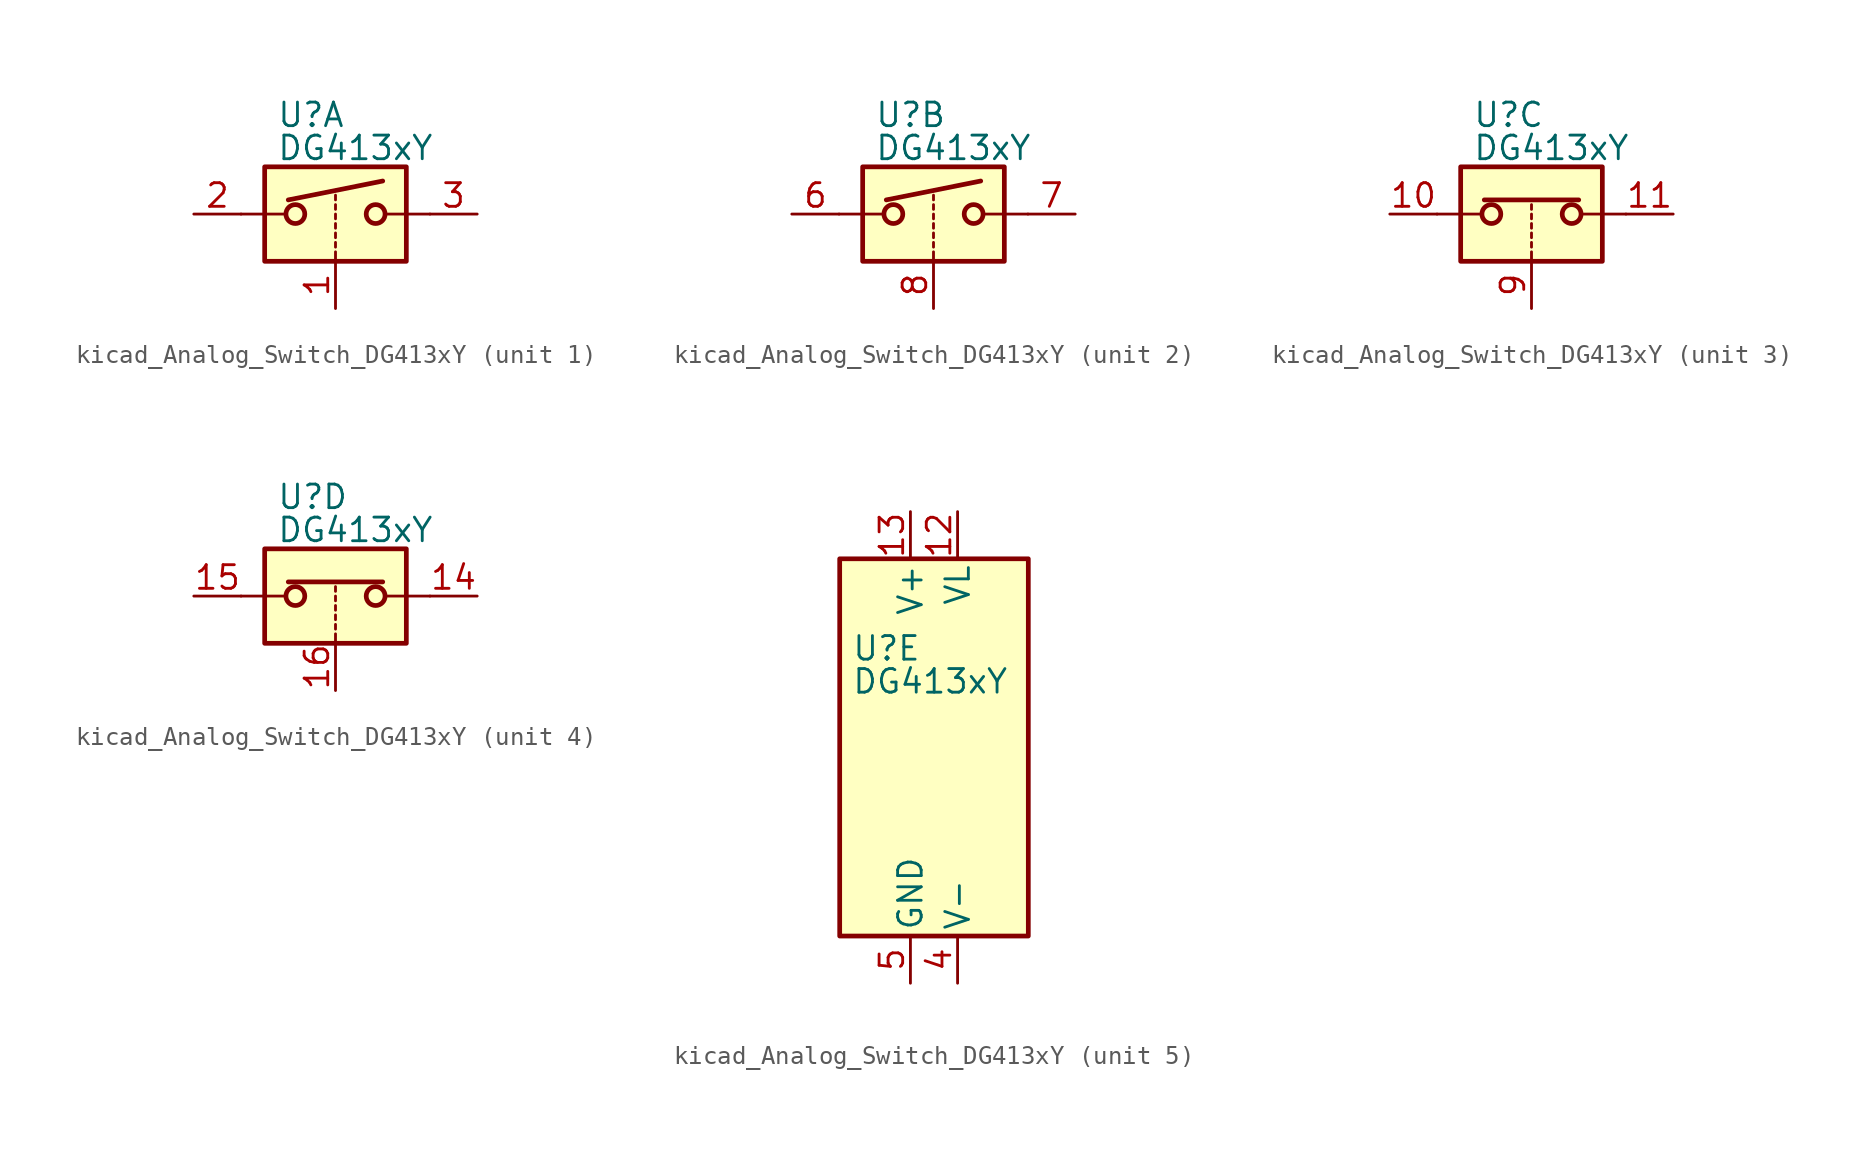
<source format=kicad_sym>
(kicad_symbol_lib
  (version 20220914)
  (generator kicad_symbol_editor)
  (symbol "kicad_Analog_Switch_DG413xY"
    (pin_names
      (offset 0.254))
    (property "Reference" "U"
      (at -3.175 5.334 0)
      (effects (font (size 1.27 1.27)) (justify left)))
    (property "Value" "DG413xY"
      (at -3.175 3.556 0)
      (effects (font (size 1.27 1.27)) (justify left)))
    (symbol "kicad_Analog_Switch_DG413xY_1_1"
      (rectangle (start -3.81 2.54) (end 3.81 -2.54) (stroke (width 0.254) (type default)) (fill (type background)))
      (circle (center -2.159 0) (radius 0.508) (stroke (width 0.254) (type default)) (fill (type none)))
      (polyline (pts (xy -5.08 0) (xy -2.794 0)) (stroke (width 0) (type default)) (fill (type none)))
      (polyline (pts (xy -2.54 0.762) (xy 2.54 1.778)) (stroke (width 0.254) (type default)) (fill (type none)))
      (polyline (pts (xy 0 -2.54) (xy 0 -2.032)) (stroke (width 0) (type default)) (fill (type none)))
      (polyline (pts (xy 0 -1.778) (xy 0 -1.524)) (stroke (width 0) (type default)) (fill (type none)))
      (polyline (pts (xy 0 -1.27) (xy 0 -1.016)) (stroke (width 0) (type default)) (fill (type none)))
      (polyline (pts (xy 0 -0.762) (xy 0 -0.508)) (stroke (width 0) (type default)) (fill (type none)))
      (polyline (pts (xy 0 -0.254) (xy 0 0)) (stroke (width 0) (type default)) (fill (type none)))
      (polyline (pts (xy 0 0.254) (xy 0 0.508)) (stroke (width 0) (type default)) (fill (type none)))
      (polyline (pts (xy 0 0.762) (xy 0 1.016)) (stroke (width 0) (type default)) (fill (type none)))
      (polyline (pts (xy 5.08 0) (xy 2.794 0)) (stroke (width 0) (type default)) (fill (type none)))
      (circle (center 2.159 0) (radius 0.508) (stroke (width 0.254) (type default)) (fill (type none)))
      (pin input line (at 0 -5.08 90) (length 2.54) (name "~" (effects (font (size 1.27 1.27)))) (number "1" (effects (font (size 1.27 1.27)))))
      (pin passive line (at -7.62 0 0) (length 2.54) (name "~" (effects (font (size 1.27 1.27)))) (number "2" (effects (font (size 1.27 1.27)))))
      (pin passive line (at 7.62 0 180) (length 2.54) (name "~" (effects (font (size 1.27 1.27)))) (number "3" (effects (font (size 1.27 1.27))))))
    (symbol "kicad_Analog_Switch_DG413xY_2_1"
      (rectangle (start -3.81 2.54) (end 3.81 -2.54) (stroke (width 0.254) (type default)) (fill (type background)))
      (circle (center -2.159 0) (radius 0.508) (stroke (width 0.254) (type default)) (fill (type none)))
      (polyline (pts (xy -5.08 0) (xy -2.794 0)) (stroke (width 0) (type default)) (fill (type none)))
      (polyline (pts (xy -2.54 0.762) (xy 2.54 1.778)) (stroke (width 0.254) (type default)) (fill (type none)))
      (polyline (pts (xy 0 -2.54) (xy 0 -2.032)) (stroke (width 0) (type default)) (fill (type none)))
      (polyline (pts (xy 0 -1.778) (xy 0 -1.524)) (stroke (width 0) (type default)) (fill (type none)))
      (polyline (pts (xy 0 -1.27) (xy 0 -1.016)) (stroke (width 0) (type default)) (fill (type none)))
      (polyline (pts (xy 0 -0.762) (xy 0 -0.508)) (stroke (width 0) (type default)) (fill (type none)))
      (polyline (pts (xy 0 -0.254) (xy 0 0)) (stroke (width 0) (type default)) (fill (type none)))
      (polyline (pts (xy 0 0.254) (xy 0 0.508)) (stroke (width 0) (type default)) (fill (type none)))
      (polyline (pts (xy 0 0.762) (xy 0 1.016)) (stroke (width 0) (type default)) (fill (type none)))
      (polyline (pts (xy 5.08 0) (xy 2.794 0)) (stroke (width 0) (type default)) (fill (type none)))
      (circle (center 2.159 0) (radius 0.508) (stroke (width 0.254) (type default)) (fill (type none)))
      (pin passive line (at -7.62 0 0) (length 2.54) (name "~" (effects (font (size 1.27 1.27)))) (number "6" (effects (font (size 1.27 1.27)))))
      (pin passive line (at 7.62 0 180) (length 2.54) (name "~" (effects (font (size 1.27 1.27)))) (number "7" (effects (font (size 1.27 1.27)))))
      (pin input line (at 0 -5.08 90) (length 2.54) (name "~" (effects (font (size 1.27 1.27)))) (number "8" (effects (font (size 1.27 1.27))))))
    (symbol "kicad_Analog_Switch_DG413xY_3_1"
      (rectangle (start -3.81 2.54) (end 3.81 -2.54) (stroke (width 0.254) (type default)) (fill (type background)))
      (circle (center -2.159 0) (radius 0.508) (stroke (width 0.254) (type default)) (fill (type none)))
      (polyline (pts (xy -5.08 0) (xy -2.794 0)) (stroke (width 0) (type default)) (fill (type none)))
      (polyline (pts (xy -2.54 0.762) (xy 2.54 0.762)) (stroke (width 0.254) (type default)) (fill (type none)))
      (polyline (pts (xy 0 -2.54) (xy 0 -2.032)) (stroke (width 0) (type default)) (fill (type none)))
      (polyline (pts (xy 0 -1.778) (xy 0 -1.524)) (stroke (width 0) (type default)) (fill (type none)))
      (polyline (pts (xy 0 -1.27) (xy 0 -1.016)) (stroke (width 0) (type default)) (fill (type none)))
      (polyline (pts (xy 0 -0.762) (xy 0 -0.508)) (stroke (width 0) (type default)) (fill (type none)))
      (polyline (pts (xy 0 -0.254) (xy 0 0)) (stroke (width 0) (type default)) (fill (type none)))
      (polyline (pts (xy 0 0.254) (xy 0 0.508)) (stroke (width 0) (type default)) (fill (type none)))
      (polyline (pts (xy 5.08 0) (xy 2.794 0)) (stroke (width 0) (type default)) (fill (type none)))
      (circle (center 2.159 0) (radius 0.508) (stroke (width 0.254) (type default)) (fill (type none)))
      (pin passive line (at -7.62 0 0) (length 2.54) (name "~" (effects (font (size 1.27 1.27)))) (number "10" (effects (font (size 1.27 1.27)))))
      (pin passive line (at 7.62 0 180) (length 2.54) (name "~" (effects (font (size 1.27 1.27)))) (number "11" (effects (font (size 1.27 1.27)))))
      (pin input line (at 0 -5.08 90) (length 2.54) (name "~" (effects (font (size 1.27 1.27)))) (number "9" (effects (font (size 1.27 1.27))))))
    (symbol "kicad_Analog_Switch_DG413xY_4_1"
      (rectangle (start -3.81 2.54) (end 3.81 -2.54) (stroke (width 0.254) (type default)) (fill (type background)))
      (circle (center -2.159 0) (radius 0.508) (stroke (width 0.254) (type default)) (fill (type none)))
      (polyline (pts (xy -5.08 0) (xy -2.794 0)) (stroke (width 0) (type default)) (fill (type none)))
      (polyline (pts (xy -2.54 0.762) (xy 2.54 0.762)) (stroke (width 0.254) (type default)) (fill (type none)))
      (polyline (pts (xy 0 -2.54) (xy 0 -2.032)) (stroke (width 0) (type default)) (fill (type none)))
      (polyline (pts (xy 0 -1.778) (xy 0 -1.524)) (stroke (width 0) (type default)) (fill (type none)))
      (polyline (pts (xy 0 -1.27) (xy 0 -1.016)) (stroke (width 0) (type default)) (fill (type none)))
      (polyline (pts (xy 0 -0.762) (xy 0 -0.508)) (stroke (width 0) (type default)) (fill (type none)))
      (polyline (pts (xy 0 -0.254) (xy 0 0)) (stroke (width 0) (type default)) (fill (type none)))
      (polyline (pts (xy 0 0.254) (xy 0 0.508)) (stroke (width 0) (type default)) (fill (type none)))
      (polyline (pts (xy 5.08 0) (xy 2.794 0)) (stroke (width 0) (type default)) (fill (type none)))
      (circle (center 2.159 0) (radius 0.508) (stroke (width 0.254) (type default)) (fill (type none)))
      (pin passive line (at 7.62 0 180) (length 2.54) (name "~" (effects (font (size 1.27 1.27)))) (number "14" (effects (font (size 1.27 1.27)))))
      (pin passive line (at -7.62 0 0) (length 2.54) (name "~" (effects (font (size 1.27 1.27)))) (number "15" (effects (font (size 1.27 1.27)))))
      (pin input line (at 0 -5.08 90) (length 2.54) (name "~" (effects (font (size 1.27 1.27)))) (number "16" (effects (font (size 1.27 1.27))))))
    (symbol "kicad_Analog_Switch_DG413xY_5_0"
      (pin power_in line (at 2.54 12.7 270) (length 2.54) (name "VL" (effects (font (size 1.27 1.27)))) (number "12" (effects (font (size 1.27 1.27)))))
      (pin power_in line (at 0 12.7 270) (length 2.54) (name "V+" (effects (font (size 1.27 1.27)))) (number "13" (effects (font (size 1.27 1.27)))))
      (pin power_in line (at 2.54 -12.7 90) (length 2.54) (name "V-" (effects (font (size 1.27 1.27)))) (number "4" (effects (font (size 1.27 1.27)))))
      (pin power_in line (at 0 -12.7 90) (length 2.54) (name "GND" (effects (font (size 1.27 1.27)))) (number "5" (effects (font (size 1.27 1.27))))))
    (symbol "kicad_Analog_Switch_DG413xY_5_1"
      (rectangle (start -3.81 10.16) (end 6.35 -10.16) (stroke (width 0.254) (type default)) (fill (type background))))))
</source>
